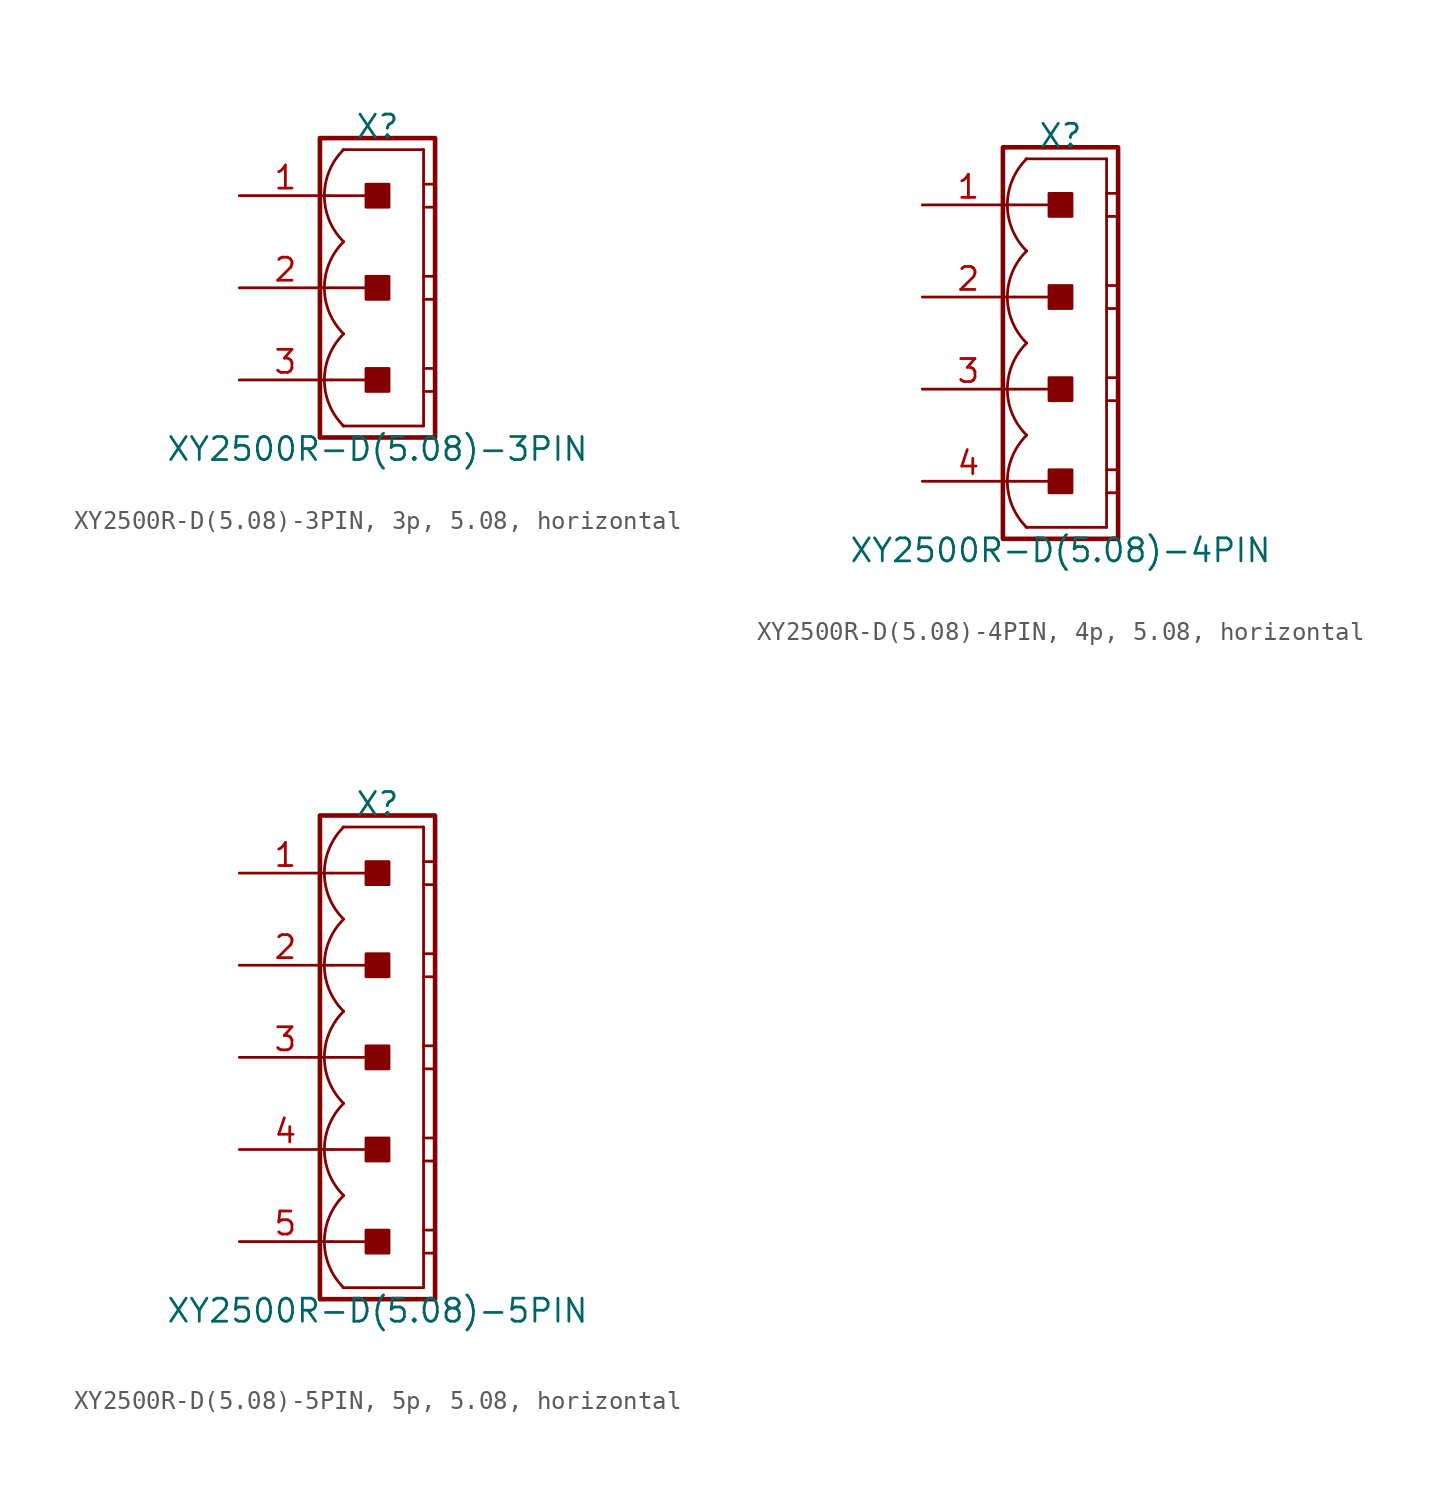
<source format=kicad_sym>
(kicad_symbol_lib
  (version 20241209)
  (generator "kicad_symbol_editor")
  (generator_version "9.0")
  (symbol "XY2500R-D(5.08)-3PIN, 3p, 5.08, horizontal"
    (pin_names
      (offset 1.016)
      (hide yes))
    (property "Reference" "X"
      (at 0 8.89 0)
      (effects (font (size 1.27 1.27))))
    (property "Value" "XY2500R-D(5.08)-3PIN"
      (at 0 -8.89 0)
      (effects (font (size 1.27 1.27))))
    (symbol "XY2500R-D(5.08)-3PIN, 3p, 5.08, horizontal_0_1"
      (polyline (pts (xy 2.54 7.62) (xy -1.905 7.62)) (stroke (width 0.152) (type default)) (fill (type none)))
      (polyline (pts (xy 2.54 7.62) (xy 2.54 -7.62)) (stroke (width 0.152) (type default)) (fill (type none)))
      (polyline (pts (xy 2.54 5.715) (xy 3.175 5.715)) (stroke (width 0.152) (type default)) (fill (type none)))
      (polyline (pts (xy 2.54 4.445) (xy 3.175 4.445)) (stroke (width 0.152) (type default)) (fill (type none)))
      (polyline (pts (xy 2.54 0.635) (xy 3.175 0.635)) (stroke (width 0.152) (type default)) (fill (type none)))
      (polyline (pts (xy 2.54 -0.635) (xy 3.175 -0.635)) (stroke (width 0.152) (type default)) (fill (type none)))
      (polyline (pts (xy 2.54 -4.445) (xy 3.175 -4.445)) (stroke (width 0.152) (type default)) (fill (type none)))
      (polyline (pts (xy 2.54 -5.715) (xy 3.175 -5.715)) (stroke (width 0.152) (type default)) (fill (type none)))
      (polyline (pts (xy 2.54 -7.62) (xy -1.905 -7.62)) (stroke (width 0.152) (type default)) (fill (type none))))
    (symbol "XY2500R-D(5.08)-3PIN, 3p, 5.08, horizontal_1_0"
      (polyline (pts (xy -2.54 5.08) (xy 0 5.08)) (stroke (width 0.152) (type default)) (fill (type none)))
      (polyline (pts (xy -2.54 0) (xy 0 0)) (stroke (width 0.152) (type default)) (fill (type none)))
      (polyline (pts (xy -2.54 -5.08) (xy 0 -5.08)) (stroke (width 0.152) (type default)) (fill (type none))))
    (symbol "XY2500R-D(5.08)-3PIN, 3p, 5.08, horizontal_1_1"
      (rectangle (start -3.175 8.255) (end 3.175 -8.255) (stroke (width 0.254) (type default)) (fill (type none)))
      (rectangle (start -0.635 4.445) (end 0.635 5.715) (stroke (width 0.152) (type default)) (fill (type outline)))
      (rectangle (start -0.635 -0.635) (end 0.635 0.635) (stroke (width 0.152) (type default)) (fill (type outline)))
      (rectangle (start -0.635 -5.715) (end 0.635 -4.445) (stroke (width 0.152) (type default)) (fill (type outline)))
      (arc (start -1.8664 2.54) (mid -2.9299 5.08) (end -1.8664 7.62) (stroke (width 0.1524) (type default)) (fill (type none)))
      (arc (start -1.8664 -2.54) (mid -2.9299 0) (end -1.8664 2.54) (stroke (width 0.1524) (type default)) (fill (type none)))
      (arc (start -1.8664 -7.62) (mid -2.9299 -5.08) (end -1.8664 -2.54) (stroke (width 0.1524) (type default)) (fill (type none)))
      (pin passive line (at -7.62 5.08 0) (length 5.08) (name "1" (effects (font (size 1.27 1.27)))) (number "1" (effects (font (size 1.27 1.27)))))
      (pin passive line (at -7.62 0 0) (length 5.08) (name "2" (effects (font (size 1.27 1.27)))) (number "2" (effects (font (size 1.27 1.27)))))
      (pin passive line (at -7.62 -5.08 0) (length 5.08) (name "3" (effects (font (size 1.27 1.27)))) (number "3" (effects (font (size 1.27 1.27)))))))
  (symbol "XY2500R-D(5.08)-4PIN, 4p, 5.08, horizontal"
    (pin_names
      (offset 1.016)
      (hide yes))
    (property "Reference" "X"
      (at 0 11.43 0)
      (effects (font (size 1.27 1.27))))
    (property "Value" "XY2500R-D(5.08)-4PIN"
      (at 0 -11.43 0)
      (effects (font (size 1.27 1.27))))
    (symbol "XY2500R-D(5.08)-4PIN, 4p, 5.08, horizontal_0_1"
      (polyline (pts (xy 2.54 10.16) (xy -1.905 10.16)) (stroke (width 0.152) (type default)) (fill (type none)))
      (polyline (pts (xy 2.54 10.16) (xy 2.54 -10.16)) (stroke (width 0.152) (type default)) (fill (type none)))
      (polyline (pts (xy 2.54 8.255) (xy 3.175 8.255)) (stroke (width 0.152) (type default)) (fill (type none)))
      (polyline (pts (xy 2.54 6.985) (xy 3.175 6.985)) (stroke (width 0.152) (type default)) (fill (type none)))
      (polyline (pts (xy 2.54 3.175) (xy 3.175 3.175)) (stroke (width 0.152) (type default)) (fill (type none)))
      (polyline (pts (xy 2.54 1.905) (xy 3.175 1.905)) (stroke (width 0.152) (type default)) (fill (type none)))
      (polyline (pts (xy 2.54 -1.905) (xy 3.175 -1.905)) (stroke (width 0.152) (type default)) (fill (type none)))
      (polyline (pts (xy 2.54 -3.175) (xy 3.175 -3.175)) (stroke (width 0.152) (type default)) (fill (type none)))
      (polyline (pts (xy 2.54 -6.985) (xy 3.175 -6.985)) (stroke (width 0.152) (type default)) (fill (type none)))
      (polyline (pts (xy 2.54 -8.255) (xy 3.175 -8.255)) (stroke (width 0.152) (type default)) (fill (type none)))
      (polyline (pts (xy 2.54 -10.16) (xy -1.905 -10.16)) (stroke (width 0.152) (type default)) (fill (type none))))
    (symbol "XY2500R-D(5.08)-4PIN, 4p, 5.08, horizontal_1_0"
      (polyline (pts (xy -2.54 7.62) (xy 0 7.62)) (stroke (width 0.152) (type default)) (fill (type none)))
      (polyline (pts (xy -2.54 2.54) (xy 0 2.54)) (stroke (width 0.152) (type default)) (fill (type none)))
      (polyline (pts (xy -2.54 -2.54) (xy 0 -2.54)) (stroke (width 0.152) (type default)) (fill (type none)))
      (polyline (pts (xy -2.54 -7.62) (xy 0 -7.62)) (stroke (width 0.152) (type default)) (fill (type none))))
    (symbol "XY2500R-D(5.08)-4PIN, 4p, 5.08, horizontal_1_1"
      (rectangle (start -3.175 10.795) (end 3.175 -10.795) (stroke (width 0.254) (type default)) (fill (type none)))
      (rectangle (start -0.635 6.985) (end 0.635 8.255) (stroke (width 0.152) (type default)) (fill (type outline)))
      (rectangle (start -0.635 1.905) (end 0.635 3.175) (stroke (width 0.152) (type default)) (fill (type outline)))
      (rectangle (start -0.635 -3.175) (end 0.635 -1.905) (stroke (width 0.152) (type default)) (fill (type outline)))
      (rectangle (start -0.635 -8.255) (end 0.635 -6.985) (stroke (width 0.152) (type default)) (fill (type outline)))
      (arc (start -1.8664 5.08) (mid -2.9299 7.62) (end -1.8664 10.16) (stroke (width 0.1524) (type default)) (fill (type none)))
      (arc (start -1.8664 0) (mid -2.9299 2.54) (end -1.8664 5.08) (stroke (width 0.1524) (type default)) (fill (type none)))
      (arc (start -1.8664 -5.08) (mid -2.9299 -2.54) (end -1.8664 0) (stroke (width 0.1524) (type default)) (fill (type none)))
      (arc (start -1.8664 -10.16) (mid -2.9299 -7.62) (end -1.8664 -5.08) (stroke (width 0.1524) (type default)) (fill (type none)))
      (pin passive line (at -7.62 7.62 0) (length 5.08) (name "1" (effects (font (size 1.27 1.27)))) (number "1" (effects (font (size 1.27 1.27)))))
      (pin passive line (at -7.62 2.54 0) (length 5.08) (name "2" (effects (font (size 1.27 1.27)))) (number "2" (effects (font (size 1.27 1.27)))))
      (pin passive line (at -7.62 -2.54 0) (length 5.08) (name "3" (effects (font (size 1.27 1.27)))) (number "3" (effects (font (size 1.27 1.27)))))
      (pin passive line (at -7.62 -7.62 0) (length 5.08) (name "4" (effects (font (size 1.27 1.27)))) (number "4" (effects (font (size 1.27 1.27)))))))
  (symbol "XY2500R-D(5.08)-5PIN, 5p, 5.08, horizontal"
    (pin_names
      (offset 1.016)
      (hide yes))
    (property "Reference" "X"
      (at 0 13.97 0)
      (effects (font (size 1.27 1.27))))
    (property "Value" "XY2500R-D(5.08)-5PIN"
      (at 0 -13.97 0)
      (effects (font (size 1.27 1.27))))
    (symbol "XY2500R-D(5.08)-5PIN, 5p, 5.08, horizontal_0_1"
      (polyline (pts (xy 2.54 12.7) (xy -1.905 12.7)) (stroke (width 0.152) (type default)) (fill (type none)))
      (polyline (pts (xy 2.54 12.7) (xy 2.54 -12.7)) (stroke (width 0.152) (type default)) (fill (type none)))
      (polyline (pts (xy 2.54 10.795) (xy 3.175 10.795)) (stroke (width 0.152) (type default)) (fill (type none)))
      (polyline (pts (xy 2.54 9.525) (xy 3.175 9.525)) (stroke (width 0.152) (type default)) (fill (type none)))
      (polyline (pts (xy 2.54 5.715) (xy 3.175 5.715)) (stroke (width 0.152) (type default)) (fill (type none)))
      (polyline (pts (xy 2.54 4.445) (xy 3.175 4.445)) (stroke (width 0.152) (type default)) (fill (type none)))
      (polyline (pts (xy 2.54 0.635) (xy 3.175 0.635)) (stroke (width 0.152) (type default)) (fill (type none)))
      (polyline (pts (xy 2.54 -0.635) (xy 3.175 -0.635)) (stroke (width 0.152) (type default)) (fill (type none)))
      (polyline (pts (xy 2.54 -4.445) (xy 3.175 -4.445)) (stroke (width 0.152) (type default)) (fill (type none)))
      (polyline (pts (xy 2.54 -5.715) (xy 3.175 -5.715)) (stroke (width 0.152) (type default)) (fill (type none)))
      (polyline (pts (xy 2.54 -9.525) (xy 3.175 -9.525)) (stroke (width 0.152) (type default)) (fill (type none)))
      (polyline (pts (xy 2.54 -10.795) (xy 3.175 -10.795)) (stroke (width 0.152) (type default)) (fill (type none)))
      (polyline (pts (xy 2.54 -12.7) (xy -1.905 -12.7)) (stroke (width 0.152) (type default)) (fill (type none))))
    (symbol "XY2500R-D(5.08)-5PIN, 5p, 5.08, horizontal_1_0"
      (polyline (pts (xy -2.54 10.16) (xy 0 10.16)) (stroke (width 0.152) (type default)) (fill (type none)))
      (polyline (pts (xy -2.54 5.08) (xy 0 5.08)) (stroke (width 0.152) (type default)) (fill (type none)))
      (polyline (pts (xy -2.54 0) (xy 0 0)) (stroke (width 0.152) (type default)) (fill (type none)))
      (polyline (pts (xy -2.54 -5.08) (xy 0 -5.08)) (stroke (width 0.152) (type default)) (fill (type none)))
      (polyline (pts (xy -2.54 -10.16) (xy 0 -10.16)) (stroke (width 0.152) (type default)) (fill (type none))))
    (symbol "XY2500R-D(5.08)-5PIN, 5p, 5.08, horizontal_1_1"
      (rectangle (start -3.175 13.335) (end 3.175 -13.335) (stroke (width 0.254) (type default)) (fill (type none)))
      (rectangle (start -0.635 9.525) (end 0.635 10.795) (stroke (width 0.152) (type default)) (fill (type outline)))
      (rectangle (start -0.635 4.445) (end 0.635 5.715) (stroke (width 0.152) (type default)) (fill (type outline)))
      (rectangle (start -0.635 -0.635) (end 0.635 0.635) (stroke (width 0.152) (type default)) (fill (type outline)))
      (rectangle (start -0.635 -5.715) (end 0.635 -4.445) (stroke (width 0.152) (type default)) (fill (type outline)))
      (rectangle (start -0.635 -10.795) (end 0.635 -9.525) (stroke (width 0.152) (type default)) (fill (type outline)))
      (arc (start -1.8664 7.62) (mid -2.9299 10.16) (end -1.8664 12.7) (stroke (width 0.1524) (type default)) (fill (type none)))
      (arc (start -1.8664 2.54) (mid -2.9299 5.08) (end -1.8664 7.62) (stroke (width 0.1524) (type default)) (fill (type none)))
      (arc (start -1.8664 -2.54) (mid -2.9299 0) (end -1.8664 2.54) (stroke (width 0.1524) (type default)) (fill (type none)))
      (arc (start -1.8664 -7.62) (mid -2.9299 -5.08) (end -1.8664 -2.54) (stroke (width 0.1524) (type default)) (fill (type none)))
      (arc (start -1.8664 -12.7) (mid -2.9299 -10.16) (end -1.8664 -7.62) (stroke (width 0.1524) (type default)) (fill (type none)))
      (pin passive line (at -7.62 10.16 0) (length 5.08) (name "1" (effects (font (size 1.27 1.27)))) (number "1" (effects (font (size 1.27 1.27)))))
      (pin passive line (at -7.62 5.08 0) (length 5.08) (name "2" (effects (font (size 1.27 1.27)))) (number "2" (effects (font (size 1.27 1.27)))))
      (pin passive line (at -7.62 0 0) (length 5.08) (name "3" (effects (font (size 1.27 1.27)))) (number "3" (effects (font (size 1.27 1.27)))))
      (pin passive line (at -7.62 -5.08 0) (length 5.08) (name "4" (effects (font (size 1.27 1.27)))) (number "4" (effects (font (size 1.27 1.27)))))
      (pin passive line (at -7.62 -10.16 0) (length 5.08) (name "5" (effects (font (size 1.27 1.27)))) (number "5" (effects (font (size 1.27 1.27))))))))
</source>
